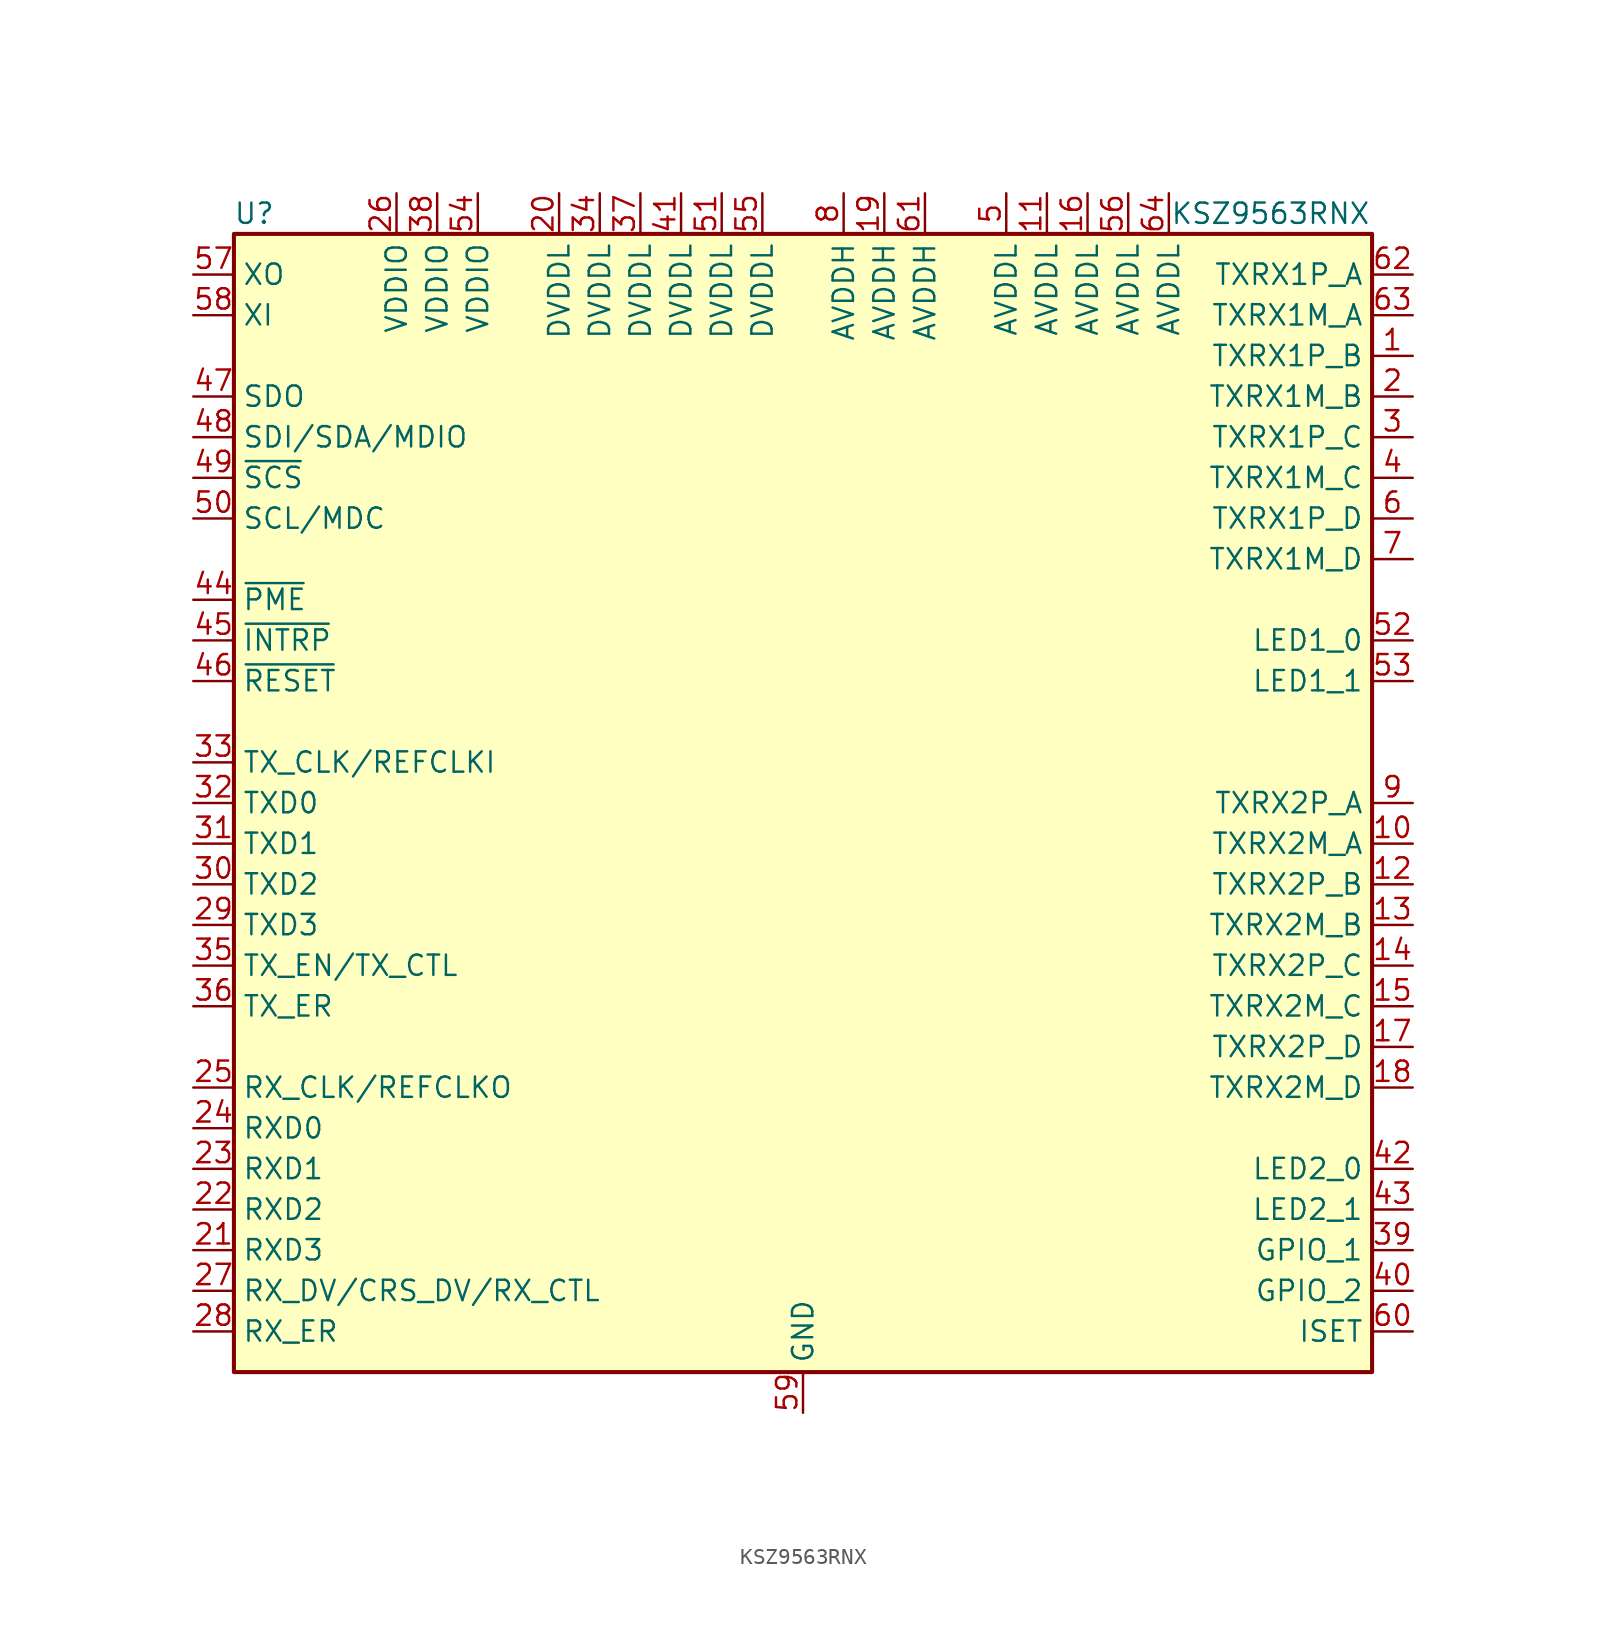
<source format=kicad_sym>
(kicad_symbol_lib
  (version 20241209)
  (generator "kicad_symbol_editor")
  (generator_version "9.0")
  (symbol "KSZ9563RNX"
    (property "Reference" "U"
      (at -34.29 36.83 0)
      (effects (font (size 1.27 1.27))))
    (property "Value" "KSZ9563RNX"
      (at 29.21 36.83 0)
      (effects (font (size 1.27 1.27))))
    (symbol "KSZ9563RNX_0_1"
      (rectangle (start 35.56 -35.56) (end -35.56 35.56) (stroke (width 0.254) (type default)) (fill (type background))))
    (symbol "KSZ9563RNX_1_1"
      (pin output line (at -38.1 33.02 0) (length 2.54) (name "XO" (effects (font (size 1.27 1.27)))) (number "57" (effects (font (size 1.27 1.27)))))
      (pin input line (at -38.1 30.48 0) (length 2.54) (name "XI" (effects (font (size 1.27 1.27)))) (number "58" (effects (font (size 1.27 1.27)))))
      (pin output line (at -38.1 25.4 0) (length 2.54) (name "SDO" (effects (font (size 1.27 1.27)))) (number "47" (effects (font (size 1.27 1.27)))))
      (pin bidirectional line (at -38.1 22.86 0) (length 2.54) (name "SDI/SDA/MDIO" (effects (font (size 1.27 1.27)))) (number "48" (effects (font (size 1.27 1.27)))))
      (pin input line (at -38.1 20.32 0) (length 2.54) (name "~{SCS}" (effects (font (size 1.27 1.27)))) (number "49" (effects (font (size 1.27 1.27)))))
      (pin input line (at -38.1 17.78 0) (length 2.54) (name "SCL/MDC" (effects (font (size 1.27 1.27)))) (number "50" (effects (font (size 1.27 1.27)))))
      (pin output line (at -38.1 12.7 0) (length 2.54) (name "~{PME}" (effects (font (size 1.27 1.27)))) (number "44" (effects (font (size 1.27 1.27)))))
      (pin open_collector line (at -38.1 10.16 0) (length 2.54) (name "~{INTRP}" (effects (font (size 1.27 1.27)))) (number "45" (effects (font (size 1.27 1.27)))))
      (pin input line (at -38.1 7.62 0) (length 2.54) (name "~{RESET}" (effects (font (size 1.27 1.27)))) (number "46" (effects (font (size 1.27 1.27)))))
      (pin bidirectional line (at -38.1 2.54 0) (length 2.54) (name "TX_CLK/REFCLKI" (effects (font (size 1.27 1.27)))) (number "33" (effects (font (size 1.27 1.27)))))
      (pin input line (at -38.1 0 0) (length 2.54) (name "TXD0" (effects (font (size 1.27 1.27)))) (number "32" (effects (font (size 1.27 1.27)))))
      (pin input line (at -38.1 -2.54 0) (length 2.54) (name "TXD1" (effects (font (size 1.27 1.27)))) (number "31" (effects (font (size 1.27 1.27)))))
      (pin input line (at -38.1 -5.08 0) (length 2.54) (name "TXD2" (effects (font (size 1.27 1.27)))) (number "30" (effects (font (size 1.27 1.27)))))
      (pin input line (at -38.1 -7.62 0) (length 2.54) (name "TXD3" (effects (font (size 1.27 1.27)))) (number "29" (effects (font (size 1.27 1.27)))))
      (pin input line (at -38.1 -10.16 0) (length 2.54) (name "TX_EN/TX_CTL" (effects (font (size 1.27 1.27)))) (number "35" (effects (font (size 1.27 1.27)))))
      (pin input line (at -38.1 -12.7 0) (length 2.54) (name "TX_ER" (effects (font (size 1.27 1.27)))) (number "36" (effects (font (size 1.27 1.27)))))
      (pin bidirectional line (at -38.1 -17.78 0) (length 2.54) (name "RX_CLK/REFCLKO" (effects (font (size 1.27 1.27)))) (number "25" (effects (font (size 1.27 1.27)))))
      (pin output line (at -38.1 -20.32 0) (length 2.54) (name "RXD0" (effects (font (size 1.27 1.27)))) (number "24" (effects (font (size 1.27 1.27)))))
      (pin output line (at -38.1 -22.86 0) (length 2.54) (name "RXD1" (effects (font (size 1.27 1.27)))) (number "23" (effects (font (size 1.27 1.27)))))
      (pin output line (at -38.1 -25.4 0) (length 2.54) (name "RXD2" (effects (font (size 1.27 1.27)))) (number "22" (effects (font (size 1.27 1.27)))))
      (pin output line (at -38.1 -27.94 0) (length 2.54) (name "RXD3" (effects (font (size 1.27 1.27)))) (number "21" (effects (font (size 1.27 1.27)))))
      (pin output line (at -38.1 -30.48 0) (length 2.54) (name "RX_DV/CRS_DV/RX_CTL" (effects (font (size 1.27 1.27)))) (number "27" (effects (font (size 1.27 1.27)))))
      (pin output line (at -38.1 -33.02 0) (length 2.54) (name "RX_ER" (effects (font (size 1.27 1.27)))) (number "28" (effects (font (size 1.27 1.27)))))
      (pin power_in line (at -25.4 38.1 270) (length 2.54) (name "VDDIO" (effects (font (size 1.27 1.27)))) (number "26" (effects (font (size 1.27 1.27)))))
      (pin power_in line (at -22.86 38.1 270) (length 2.54) (name "VDDIO" (effects (font (size 1.27 1.27)))) (number "38" (effects (font (size 1.27 1.27)))))
      (pin power_in line (at -20.32 38.1 270) (length 2.54) (name "VDDIO" (effects (font (size 1.27 1.27)))) (number "54" (effects (font (size 1.27 1.27)))))
      (pin power_in line (at -15.24 38.1 270) (length 2.54) (name "DVDDL" (effects (font (size 1.27 1.27)))) (number "20" (effects (font (size 1.27 1.27)))))
      (pin power_in line (at -12.7 38.1 270) (length 2.54) (name "DVDDL" (effects (font (size 1.27 1.27)))) (number "34" (effects (font (size 1.27 1.27)))))
      (pin power_in line (at -10.16 38.1 270) (length 2.54) (name "DVDDL" (effects (font (size 1.27 1.27)))) (number "37" (effects (font (size 1.27 1.27)))))
      (pin power_in line (at -7.62 38.1 270) (length 2.54) (name "DVDDL" (effects (font (size 1.27 1.27)))) (number "41" (effects (font (size 1.27 1.27)))))
      (pin power_in line (at -5.08 38.1 270) (length 2.54) (name "DVDDL" (effects (font (size 1.27 1.27)))) (number "51" (effects (font (size 1.27 1.27)))))
      (pin power_in line (at -2.54 38.1 270) (length 2.54) (name "DVDDL" (effects (font (size 1.27 1.27)))) (number "55" (effects (font (size 1.27 1.27)))))
      (pin power_in line (at 0 -38.1 90) (length 2.54) (name "GND" (effects (font (size 1.27 1.27)))) (number "59" (effects (font (size 1.27 1.27)))))
      (pin passive line (at 0 -38.1 90) (length 2.54) (hide yes) (name "GND" (effects (font (size 1.27 1.27)))) (number "65" (effects (font (size 1.27 1.27)))))
      (pin power_in line (at 2.54 38.1 270) (length 2.54) (name "AVDDH" (effects (font (size 1.27 1.27)))) (number "8" (effects (font (size 1.27 1.27)))))
      (pin power_in line (at 5.08 38.1 270) (length 2.54) (name "AVDDH" (effects (font (size 1.27 1.27)))) (number "19" (effects (font (size 1.27 1.27)))))
      (pin power_in line (at 7.62 38.1 270) (length 2.54) (name "AVDDH" (effects (font (size 1.27 1.27)))) (number "61" (effects (font (size 1.27 1.27)))))
      (pin power_in line (at 12.7 38.1 270) (length 2.54) (name "AVDDL" (effects (font (size 1.27 1.27)))) (number "5" (effects (font (size 1.27 1.27)))))
      (pin power_in line (at 15.24 38.1 270) (length 2.54) (name "AVDDL" (effects (font (size 1.27 1.27)))) (number "11" (effects (font (size 1.27 1.27)))))
      (pin power_in line (at 17.78 38.1 270) (length 2.54) (name "AVDDL" (effects (font (size 1.27 1.27)))) (number "16" (effects (font (size 1.27 1.27)))))
      (pin power_in line (at 20.32 38.1 270) (length 2.54) (name "AVDDL" (effects (font (size 1.27 1.27)))) (number "56" (effects (font (size 1.27 1.27)))))
      (pin power_in line (at 22.86 38.1 270) (length 2.54) (name "AVDDL" (effects (font (size 1.27 1.27)))) (number "64" (effects (font (size 1.27 1.27)))))
      (pin passive line (at 38.1 33.02 180) (length 2.54) (name "TXRX1P_A" (effects (font (size 1.27 1.27)))) (number "62" (effects (font (size 1.27 1.27)))))
      (pin passive line (at 38.1 30.48 180) (length 2.54) (name "TXRX1M_A" (effects (font (size 1.27 1.27)))) (number "63" (effects (font (size 1.27 1.27)))))
      (pin passive line (at 38.1 27.94 180) (length 2.54) (name "TXRX1P_B" (effects (font (size 1.27 1.27)))) (number "1" (effects (font (size 1.27 1.27)))))
      (pin passive line (at 38.1 25.4 180) (length 2.54) (name "TXRX1M_B" (effects (font (size 1.27 1.27)))) (number "2" (effects (font (size 1.27 1.27)))))
      (pin passive line (at 38.1 22.86 180) (length 2.54) (name "TXRX1P_C" (effects (font (size 1.27 1.27)))) (number "3" (effects (font (size 1.27 1.27)))))
      (pin passive line (at 38.1 20.32 180) (length 2.54) (name "TXRX1M_C" (effects (font (size 1.27 1.27)))) (number "4" (effects (font (size 1.27 1.27)))))
      (pin passive line (at 38.1 17.78 180) (length 2.54) (name "TXRX1P_D" (effects (font (size 1.27 1.27)))) (number "6" (effects (font (size 1.27 1.27)))))
      (pin passive line (at 38.1 15.24 180) (length 2.54) (name "TXRX1M_D" (effects (font (size 1.27 1.27)))) (number "7" (effects (font (size 1.27 1.27)))))
      (pin output line (at 38.1 10.16 180) (length 2.54) (name "LED1_0" (effects (font (size 1.27 1.27)))) (number "52" (effects (font (size 1.27 1.27)))))
      (pin output line (at 38.1 7.62 180) (length 2.54) (name "LED1_1" (effects (font (size 1.27 1.27)))) (number "53" (effects (font (size 1.27 1.27)))))
      (pin passive line (at 38.1 0 180) (length 2.54) (name "TXRX2P_A" (effects (font (size 1.27 1.27)))) (number "9" (effects (font (size 1.27 1.27)))))
      (pin passive line (at 38.1 -2.54 180) (length 2.54) (name "TXRX2M_A" (effects (font (size 1.27 1.27)))) (number "10" (effects (font (size 1.27 1.27)))))
      (pin passive line (at 38.1 -5.08 180) (length 2.54) (name "TXRX2P_B" (effects (font (size 1.27 1.27)))) (number "12" (effects (font (size 1.27 1.27)))))
      (pin passive line (at 38.1 -7.62 180) (length 2.54) (name "TXRX2M_B" (effects (font (size 1.27 1.27)))) (number "13" (effects (font (size 1.27 1.27)))))
      (pin passive line (at 38.1 -10.16 180) (length 2.54) (name "TXRX2P_C" (effects (font (size 1.27 1.27)))) (number "14" (effects (font (size 1.27 1.27)))))
      (pin passive line (at 38.1 -12.7 180) (length 2.54) (name "TXRX2M_C" (effects (font (size 1.27 1.27)))) (number "15" (effects (font (size 1.27 1.27)))))
      (pin passive line (at 38.1 -15.24 180) (length 2.54) (name "TXRX2P_D" (effects (font (size 1.27 1.27)))) (number "17" (effects (font (size 1.27 1.27)))))
      (pin passive line (at 38.1 -17.78 180) (length 2.54) (name "TXRX2M_D" (effects (font (size 1.27 1.27)))) (number "18" (effects (font (size 1.27 1.27)))))
      (pin output line (at 38.1 -22.86 180) (length 2.54) (name "LED2_0" (effects (font (size 1.27 1.27)))) (number "42" (effects (font (size 1.27 1.27)))))
      (pin output line (at 38.1 -25.4 180) (length 2.54) (name "LED2_1" (effects (font (size 1.27 1.27)))) (number "43" (effects (font (size 1.27 1.27)))))
      (pin bidirectional line (at 38.1 -27.94 180) (length 2.54) (name "GPIO_1" (effects (font (size 1.27 1.27)))) (number "39" (effects (font (size 1.27 1.27)))))
      (pin bidirectional line (at 38.1 -30.48 180) (length 2.54) (name "GPIO_2" (effects (font (size 1.27 1.27)))) (number "40" (effects (font (size 1.27 1.27)))))
      (pin passive line (at 38.1 -33.02 180) (length 2.54) (name "ISET" (effects (font (size 1.27 1.27)))) (number "60" (effects (font (size 1.27 1.27))))))))
</source>
